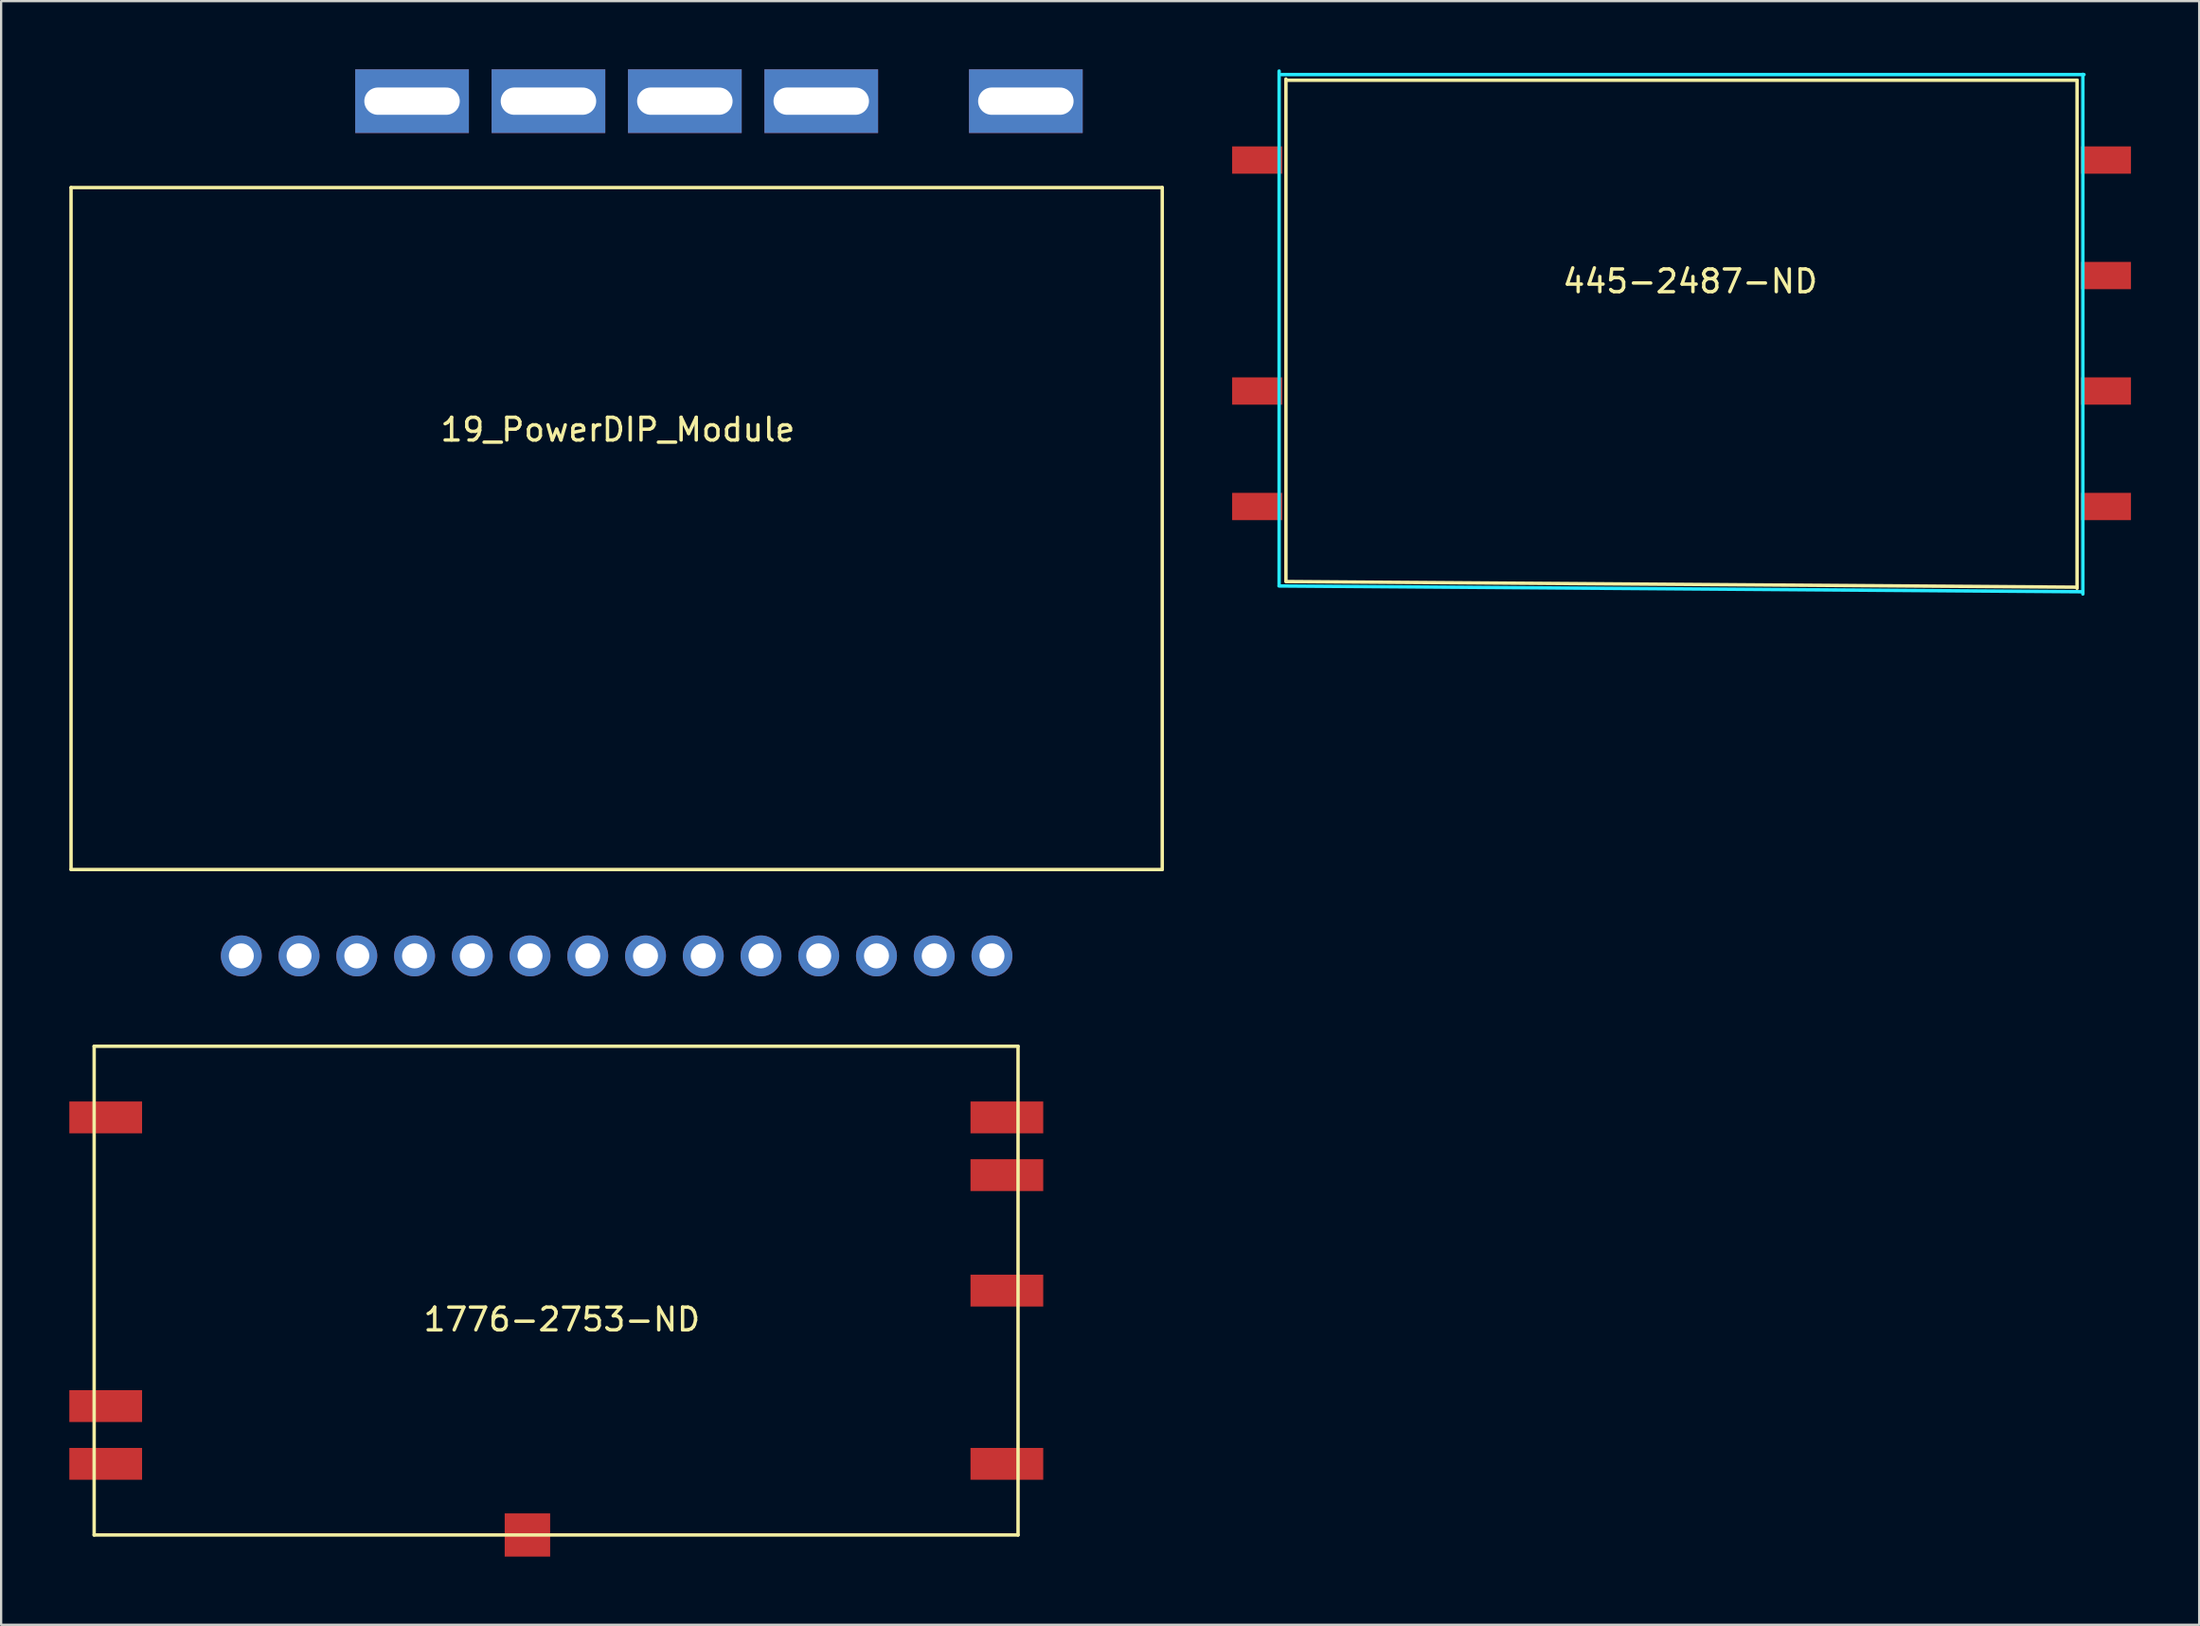
<source format=kicad_pcb>
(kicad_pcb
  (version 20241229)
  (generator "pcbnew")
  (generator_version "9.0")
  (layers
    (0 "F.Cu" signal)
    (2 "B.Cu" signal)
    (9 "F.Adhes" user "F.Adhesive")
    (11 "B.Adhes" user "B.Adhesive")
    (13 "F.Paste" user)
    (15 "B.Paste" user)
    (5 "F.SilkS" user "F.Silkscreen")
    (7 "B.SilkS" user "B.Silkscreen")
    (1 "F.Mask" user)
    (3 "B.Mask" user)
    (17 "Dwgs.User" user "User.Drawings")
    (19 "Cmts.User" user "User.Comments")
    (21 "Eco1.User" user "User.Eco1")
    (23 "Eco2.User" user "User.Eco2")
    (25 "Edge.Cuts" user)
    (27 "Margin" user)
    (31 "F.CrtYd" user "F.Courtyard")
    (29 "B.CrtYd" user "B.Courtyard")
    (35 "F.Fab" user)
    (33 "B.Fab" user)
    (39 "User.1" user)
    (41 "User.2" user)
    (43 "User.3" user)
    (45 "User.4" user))
  (footprint "19_PowerDIP_Module"
    (layer "F.Cu")
    (at 24.075 20.2)
    (property "Reference" "19_PowerDIP_Module" (at 0.05 -4.35 0) (layer "F.SilkS") (effects (font (size 1 1) (thickness 0.15))))
    (attr through_hole)
    (fp_line (start -24 -15) (end 24 -15) (stroke (width 0.15) (type solid)) (layer "F.SilkS"))
    (fp_line (start -24 15) (end -24 -15) (stroke (width 0.15) (type solid)) (layer "F.SilkS"))
    (fp_line (start 24 -15) (end 24 15) (stroke (width 0.15) (type solid)) (layer "F.SilkS"))
    (fp_line (start 24 15) (end -24 15) (stroke (width 0.15) (type solid)) (layer "F.SilkS"))
    (pad "1" thru_hole circle (at -16.51 18.8) (size 1.8 1.8) (drill 1.1) (layers "*.Cu" "*.Mask"))
    (pad "2" thru_hole circle (at -13.97 18.8) (size 1.8 1.8) (drill 1.1) (layers "*.Cu" "*.Mask"))
    (pad "3" thru_hole circle (at -11.43 18.8) (size 1.8 1.8) (drill 1.1) (layers "*.Cu" "*.Mask"))
    (pad "4" thru_hole circle (at -8.89 18.8) (size 1.8 1.8) (drill 1.1) (layers "*.Cu" "*.Mask"))
    (pad "5" thru_hole circle (at -6.35 18.8) (size 1.8 1.8) (drill 1.1) (layers "*.Cu" "*.Mask"))
    (pad "6" thru_hole circle (at -3.81 18.8) (size 1.8 1.8) (drill 1.1) (layers "*.Cu" "*.Mask"))
    (pad "7" thru_hole circle (at -1.27 18.8) (size 1.8 1.8) (drill 1.1) (layers "*.Cu" "*.Mask"))
    (pad "8" thru_hole circle (at 1.27 18.8) (size 1.8 1.8) (drill 1.1) (layers "*.Cu" "*.Mask"))
    (pad "9" thru_hole circle (at 3.81 18.8) (size 1.8 1.8) (drill 1.1) (layers "*.Cu" "*.Mask"))
    (pad "10" thru_hole circle (at 6.35 18.8) (size 1.8 1.8) (drill 1.1) (layers "*.Cu" "*.Mask"))
    (pad "11" thru_hole circle (at 8.89 18.8) (size 1.8 1.8) (drill 1.1) (layers "*.Cu" "*.Mask"))
    (pad "12" thru_hole circle (at 11.43 18.8) (size 1.8 1.8) (drill 1.1) (layers "*.Cu" "*.Mask"))
    (pad "13" thru_hole circle (at 13.97 18.8) (size 1.8 1.8) (drill 1.1) (layers "*.Cu" "*.Mask"))
    (pad "14" thru_hole circle (at 16.51 18.8) (size 1.8 1.8) (drill 1.1) (layers "*.Cu" "*.Mask"))
    (pad "15" thru_hole rect (at 18 -18.8) (size 5 2.8) (drill oval 4.2 1.2) (layers "*.Cu" "*.Mask"))
    (pad "16" thru_hole rect (at 9 -18.8) (size 5 2.8) (drill oval 4.2 1.2) (layers "*.Cu" "*.Mask"))
    (pad "17" thru_hole rect (at 3 -18.8) (size 5 2.8) (drill oval 4.2 1.2) (layers "*.Cu" "*.Mask"))
    (pad "18" thru_hole rect (at -3 -18.8) (size 5 2.8) (drill oval 4.2 1.2) (layers "*.Cu" "*.Mask"))
    (pad "19" thru_hole rect (at -9 -18.8) (size 5 2.8) (drill oval 4.2 1.2) (layers "*.Cu" "*.Mask")))
  (footprint "1776-2753-ND"
    (layer "F.Cu")
    (at 1.6 61.345)
    (property "Reference" "1776-2753-ND" (at 20.066 -6.35 0) (layer "F.SilkS") (effects (font (size 1 1) (thickness 0.15))))
    (attr through_hole)
    (fp_line (start -0.508 -18.37) (end -0.508 3.13) (stroke (width 0.15) (type solid)) (layer "F.SilkS"))
    (fp_line (start -0.508 -18.37) (end 40.132 -18.37) (stroke (width 0.15) (type solid)) (layer "F.SilkS"))
    (fp_line (start -0.508 3.13) (end 40.132 3.13) (stroke (width 0.15) (type solid)) (layer "F.SilkS"))
    (fp_line (start 40.132 -18.37) (end 40.132 3.13) (stroke (width 0.15) (type solid)) (layer "F.SilkS"))
    (pad "1" smd rect (at 0 0) (size 3.2 1.4) (layers "F.Cu" "F.Mask" "F.Paste"))
    (pad "2" smd rect (at 0 -2.54) (size 3.2 1.4) (layers "F.Cu" "F.Mask" "F.Paste"))
    (pad "3" smd rect (at 0 -15.24) (size 3.2 1.4) (layers "F.Cu" "F.Mask" "F.Paste"))
    (pad "4" smd rect (at 39.64 -15.24 180) (size 3.2 1.4) (layers "F.Cu" "F.Mask" "F.Paste"))
    (pad "5" smd rect (at 39.64 -12.7 180) (size 3.2 1.4) (layers "F.Cu" "F.Mask" "F.Paste"))
    (pad "6" smd rect (at 39.64 -7.62 180) (size 3.2 1.4) (layers "F.Cu" "F.Mask" "F.Paste"))
    (pad "7" smd rect (at 39.64 0 180) (size 3.2 1.4) (layers "F.Cu" "F.Mask" "F.Paste"))
    (pad "8" smd rect (at 18.55 3.13 270) (size 1.9 2) (layers "F.Cu" "F.Mask" "F.Paste")))
  (footprint "445-2487-ND"
    (layer "F.Cu")
    (at 53.366 10.531)
    (property "Reference" "445-2487-ND" (at 17.934 -1.206 0) (layer "F.SilkS") (effects (font (size 1 1) (thickness 0.15))))
    (attr through_hole)
    (fp_line (start 0.15 11.992) (end 0.15 -10.106) (stroke (width 0.15) (type solid)) (layer "F.SilkS"))
    (fp_line (start 0.154 12.002) (end 34.95 12.25) (stroke (width 0.15) (type solid)) (layer "F.SilkS"))
    (fp_line (start 34.95 -10.052) (end 34.95 12.3) (stroke (width 0.15) (type solid)) (layer "F.SilkS"))
    (fp_line (start 34.952 -10.05) (end 0.154 -10.05) (stroke (width 0.15) (type solid)) (layer "F.SilkS"))
    (fp_line (start -0.156 12.196) (end 35.15 12.45) (stroke (width 0.15) (type solid)) (layer "B.CrtYd"))
    (fp_line (start -0.15 -10.456) (end -0.15 12.15) (stroke (width 0.15) (type solid)) (layer "B.CrtYd"))
    (fp_line (start 35.206 12.55) (end 35.206 -10.31) (stroke (width 0.15) (type solid)) (layer "B.CrtYd"))
    (fp_line (start 35.256 -10.3) (end -0.05 -10.3) (stroke (width 0.15) (type solid)) (layer "B.CrtYd"))
    (pad "1" smd rect (at -1.116 -6.54) (size 2.2 1.2) (layers "F.Cu" "F.Mask" "F.Paste"))
    (pad "2" smd rect (at -1.116 3.62) (size 2.2 1.2) (layers "F.Cu" "F.Mask" "F.Paste"))
    (pad "3" smd rect (at -1.116 8.7) (size 2.2 1.2) (layers "F.Cu" "F.Mask" "F.Paste"))
    (pad "4" smd rect (at 36.222 8.7) (size 2.2 1.2) (layers "F.Cu" "F.Mask" "F.Paste"))
    (pad "5" smd rect (at 36.222 3.62) (size 2.2 1.2) (layers "F.Cu" "F.Mask" "F.Paste"))
    (pad "6" smd rect (at 36.222 -1.46) (size 2.2 1.2) (layers "F.Cu" "F.Mask" "F.Paste"))
    (pad "7" smd rect (at 36.222 -6.54) (size 2.2 1.2) (layers "F.Cu" "F.Mask" "F.Paste")))
  (gr_rect
    (start -3 -3)
    (end 93.688 68.425)
    (stroke (width 0.1) (type default))
    (fill no)
    (layer "Edge.Cuts")))
</source>
